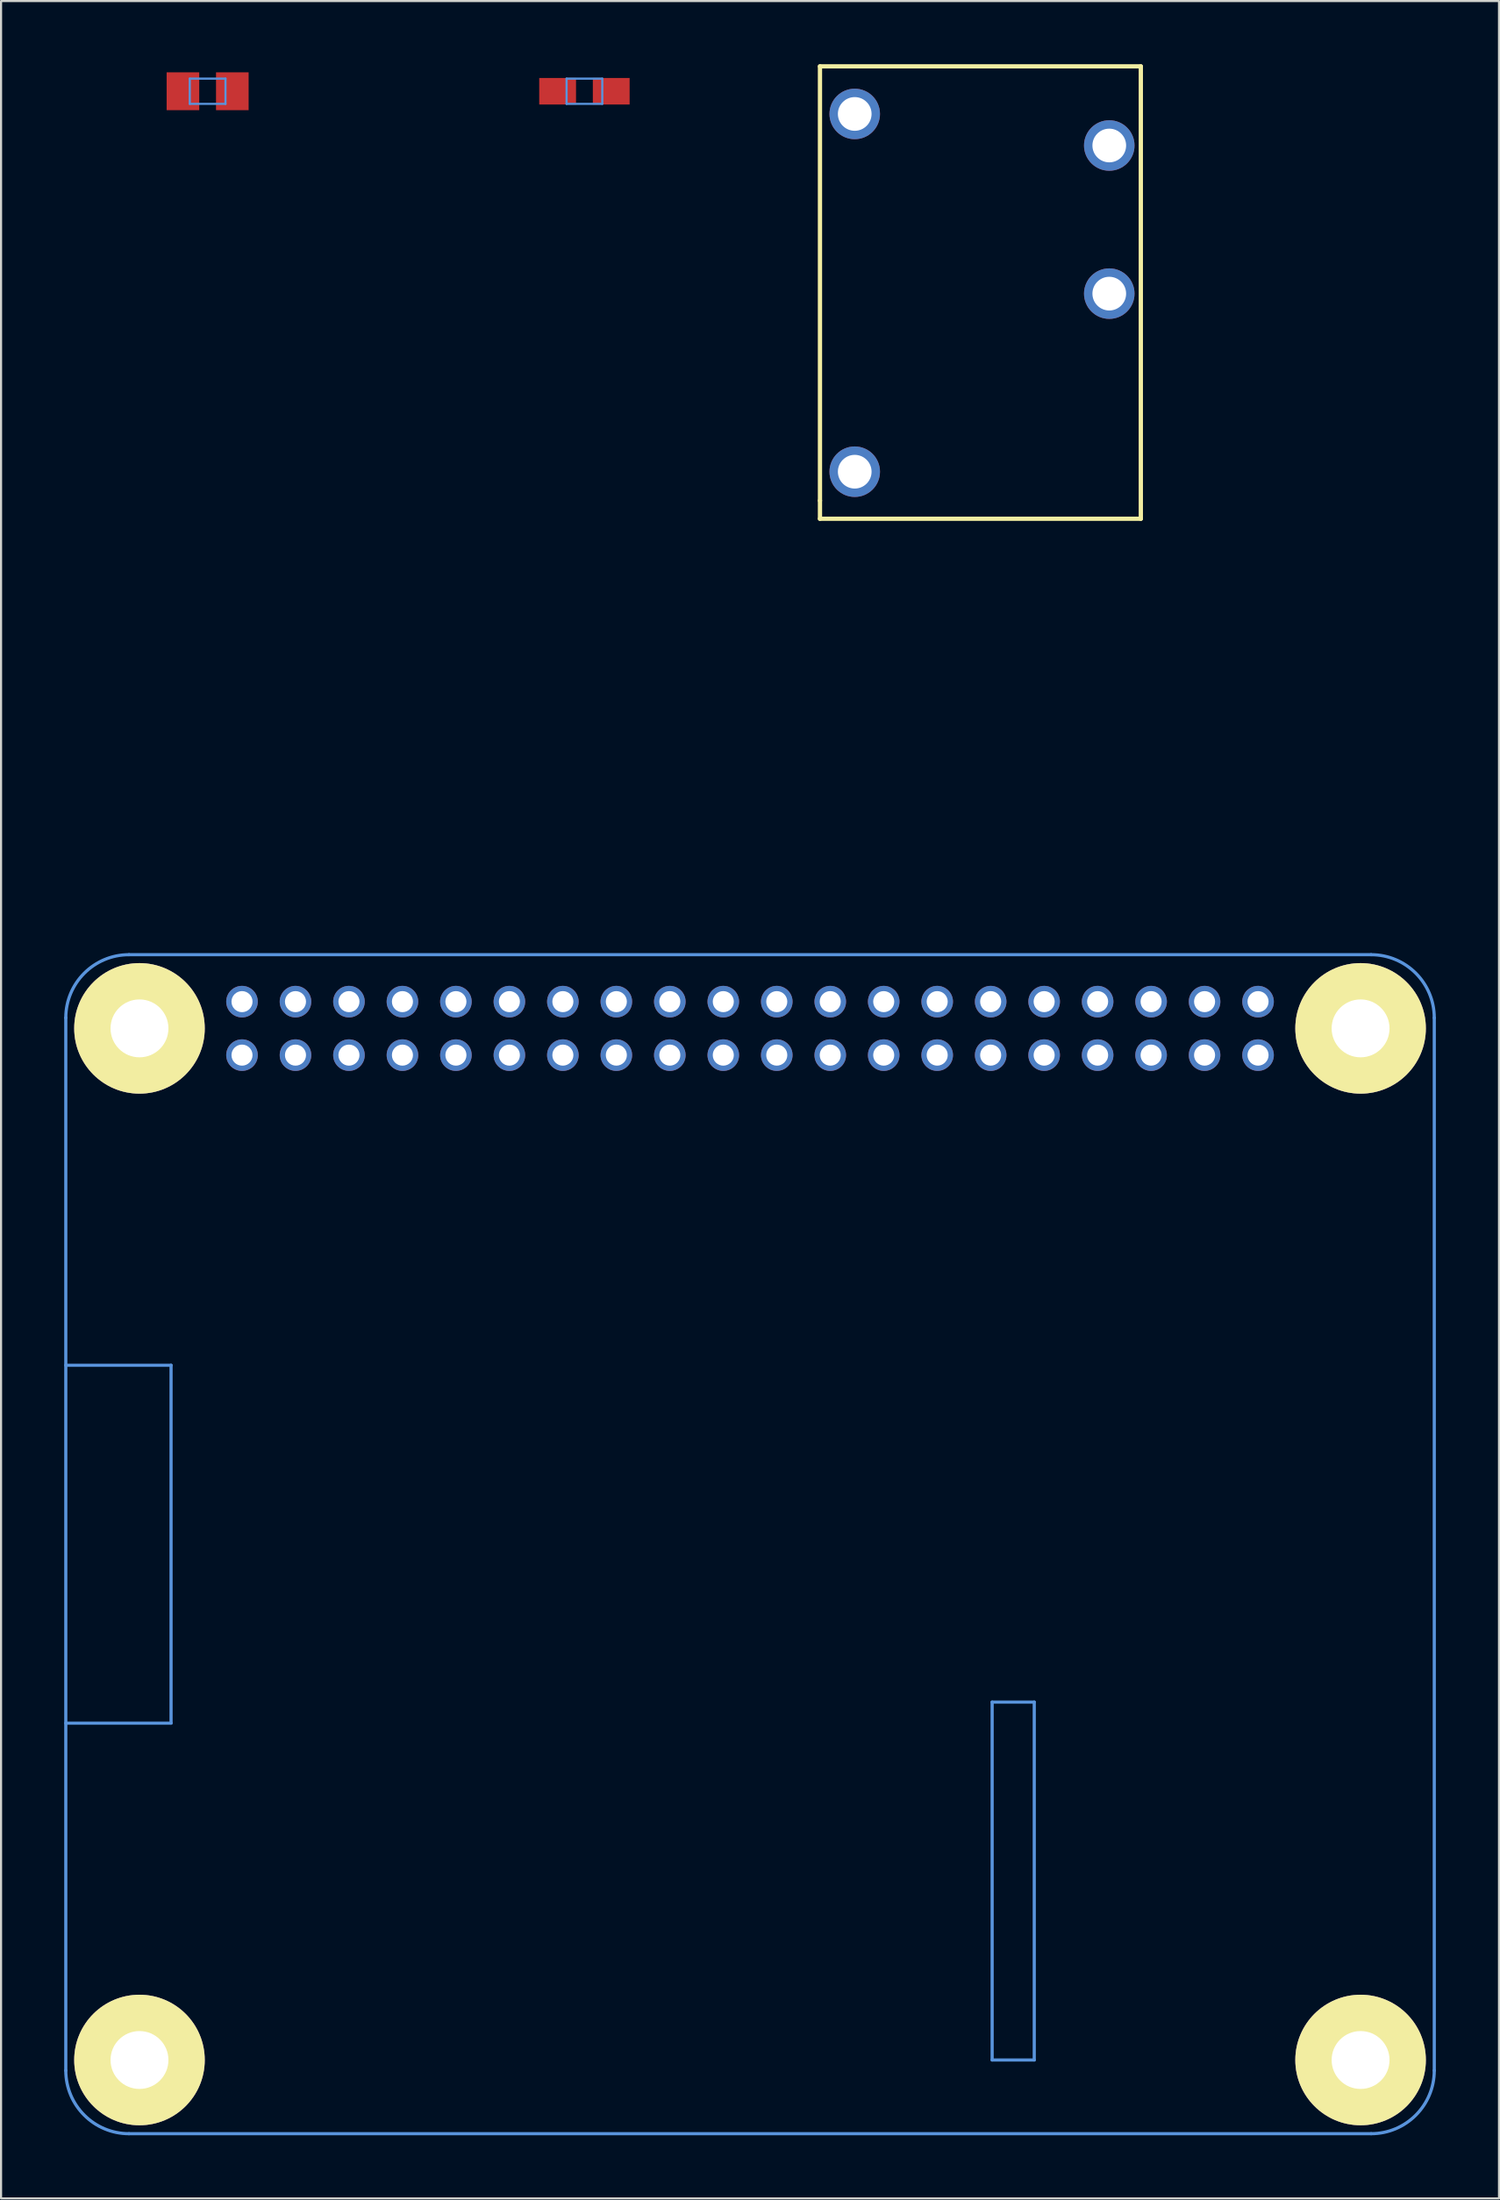
<source format=kicad_pcb>
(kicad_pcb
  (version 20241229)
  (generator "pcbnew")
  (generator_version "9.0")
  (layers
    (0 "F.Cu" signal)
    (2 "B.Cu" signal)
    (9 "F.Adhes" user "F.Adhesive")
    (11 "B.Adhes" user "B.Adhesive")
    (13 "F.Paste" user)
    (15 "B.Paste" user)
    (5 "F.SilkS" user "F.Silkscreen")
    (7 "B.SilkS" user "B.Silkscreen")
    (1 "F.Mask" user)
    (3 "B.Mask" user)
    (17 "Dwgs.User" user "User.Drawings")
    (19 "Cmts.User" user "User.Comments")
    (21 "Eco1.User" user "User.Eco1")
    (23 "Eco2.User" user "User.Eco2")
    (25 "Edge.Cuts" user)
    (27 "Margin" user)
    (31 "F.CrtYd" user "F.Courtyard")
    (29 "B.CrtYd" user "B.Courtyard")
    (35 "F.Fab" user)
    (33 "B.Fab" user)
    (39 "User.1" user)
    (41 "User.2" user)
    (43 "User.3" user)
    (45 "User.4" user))
  (footprint "RASPBERRY_PI_HAT"
    (layer "F.Cu")
    (at 32.575 45.796)
    (property "Reference" "RASPBERRY_PI_HAT" (at -3.75 -12 90) (layer "Eco1.User") (effects (font (size 1.27 1.27) (thickness 0.127))))
    (attr through_hole)
    (fp_line (start -32.5 33) (end -27.5 33) (stroke (width 0.15) (type solid)) (layer "Cmts.User"))
    (fp_line (start -32.5 49.5) (end -32.5 -0.5) (stroke (width 0.15) (type solid)) (layer "Cmts.User"))
    (fp_line (start -27.5 16) (end -32.5 16) (stroke (width 0.15) (type solid)) (layer "Cmts.User"))
    (fp_line (start -27.5 33) (end -27.5 16) (stroke (width 0.15) (type solid)) (layer "Cmts.User"))
    (fp_line (start 11.5 32) (end 11.5 49) (stroke (width 0.15) (type solid)) (layer "Cmts.User"))
    (fp_line (start 11.5 49) (end 13.5 49) (stroke (width 0.15) (type solid)) (layer "Cmts.User"))
    (fp_line (start 13.5 32) (end 11.5 32) (stroke (width 0.15) (type solid)) (layer "Cmts.User"))
    (fp_line (start 13.5 49) (end 13.5 32) (stroke (width 0.15) (type solid)) (layer "Cmts.User"))
    (fp_line (start 29.5 -3.5) (end -29.5 -3.5) (stroke (width 0.15) (type solid)) (layer "Cmts.User"))
    (fp_line (start 29.5 52.5) (end -29.5 52.5) (stroke (width 0.15) (type solid)) (layer "Cmts.User"))
    (fp_line (start 32.5 -0.5) (end 32.5 49.5) (stroke (width 0.15) (type solid)) (layer "Cmts.User"))
    (fp_arc (start -32.5 -0.5) (mid -31.62132 -2.62132) (end -29.5 -3.5) (stroke (width 0.15) (type solid)) (layer "Cmts.User"))
    (fp_arc (start -29.5 52.5) (mid -31.62132 51.62132) (end -32.5 49.5) (stroke (width 0.15) (type solid)) (layer "Cmts.User"))
    (fp_arc (start 29.5 -3.5) (mid 31.62132 -2.62132) (end 32.5 -0.5) (stroke (width 0.15) (type solid)) (layer "Cmts.User"))
    (fp_arc (start 32.5 49.5) (mid 31.62132 51.62132) (end 29.5 52.5) (stroke (width 0.15) (type solid)) (layer "Cmts.User"))
    (fp_text user "1" (at -24.13 3.81 0) (layer "Eco1.User") (effects (font (size 1.016 1.016) (thickness 0.163))))
    (pad "" np_thru_hole circle (at -29 0) (size 6.2 6.2) (drill 2.75) (layers "*.Cu" "*.Mask" "F.SilkS"))
    (pad "" np_thru_hole circle (at -29 49) (size 6.2 6.2) (drill 2.75) (layers "*.Cu" "*.Mask" "F.SilkS"))
    (pad "" np_thru_hole circle (at 29 0) (size 6.2 6.2) (drill 2.75) (layers "*.Cu" "*.Mask" "F.SilkS"))
    (pad "" np_thru_hole circle (at 29 49) (size 6.2 6.2) (drill 2.75) (layers "*.Cu" "*.Mask" "F.SilkS"))
    (pad "1" thru_hole oval (at -24.13 1.27) (size 1.5 1.5) (drill 1) (layers "*.Cu" "*.Mask"))
    (pad "2" thru_hole oval (at -24.13 -1.27) (size 1.5 1.5) (drill 1) (layers "*.Cu" "*.Mask"))
    (pad "3" thru_hole oval (at -21.59 1.27) (size 1.5 1.5) (drill 1) (layers "*.Cu" "*.Mask"))
    (pad "4" thru_hole oval (at -21.59 -1.27) (size 1.5 1.5) (drill 1) (layers "*.Cu" "*.Mask"))
    (pad "5" thru_hole oval (at -19.05 1.27) (size 1.5 1.5) (drill 1) (layers "*.Cu" "*.Mask"))
    (pad "6" thru_hole oval (at -19.05 -1.27) (size 1.5 1.5) (drill 1) (layers "*.Cu" "*.Mask"))
    (pad "7" thru_hole oval (at -16.51 1.27) (size 1.5 1.5) (drill 1) (layers "*.Cu" "*.Mask"))
    (pad "8" thru_hole oval (at -16.51 -1.27) (size 1.5 1.5) (drill 1) (layers "*.Cu" "*.Mask"))
    (pad "9" thru_hole oval (at -13.97 1.27) (size 1.5 1.5) (drill 1) (layers "*.Cu" "*.Mask"))
    (pad "10" thru_hole oval (at -13.97 -1.27) (size 1.5 1.5) (drill 1) (layers "*.Cu" "*.Mask"))
    (pad "11" thru_hole oval (at -11.43 1.27) (size 1.5 1.5) (drill 1) (layers "*.Cu" "*.Mask"))
    (pad "12" thru_hole oval (at -11.43 -1.27) (size 1.5 1.5) (drill 1) (layers "*.Cu" "*.Mask"))
    (pad "13" thru_hole oval (at -8.89 1.27) (size 1.5 1.5) (drill 1) (layers "*.Cu" "*.Mask"))
    (pad "14" thru_hole oval (at -8.89 -1.27) (size 1.5 1.5) (drill 1) (layers "*.Cu" "*.Mask"))
    (pad "15" thru_hole oval (at -6.35 1.27) (size 1.5 1.5) (drill 1) (layers "*.Cu" "*.Mask"))
    (pad "16" thru_hole oval (at -6.35 -1.27) (size 1.5 1.5) (drill 1) (layers "*.Cu" "*.Mask"))
    (pad "17" thru_hole oval (at -3.81 1.27) (size 1.5 1.5) (drill 1) (layers "*.Cu" "*.Mask"))
    (pad "18" thru_hole oval (at -3.81 -1.27) (size 1.5 1.5) (drill 1) (layers "*.Cu" "*.Mask"))
    (pad "19" thru_hole oval (at -1.27 1.27) (size 1.5 1.5) (drill 1) (layers "*.Cu" "*.Mask"))
    (pad "20" thru_hole oval (at -1.27 -1.27) (size 1.5 1.5) (drill 1) (layers "*.Cu" "*.Mask"))
    (pad "21" thru_hole oval (at 1.27 1.27) (size 1.5 1.5) (drill 1) (layers "*.Cu" "*.Mask"))
    (pad "22" thru_hole oval (at 1.27 -1.27) (size 1.5 1.5) (drill 1) (layers "*.Cu" "*.Mask"))
    (pad "23" thru_hole oval (at 3.81 1.27) (size 1.5 1.5) (drill 1) (layers "*.Cu" "*.Mask"))
    (pad "24" thru_hole oval (at 3.81 -1.27) (size 1.5 1.5) (drill 1) (layers "*.Cu" "*.Mask"))
    (pad "25" thru_hole oval (at 6.35 1.27) (size 1.5 1.5) (drill 1) (layers "*.Cu" "*.Mask"))
    (pad "26" thru_hole oval (at 6.35 -1.27) (size 1.5 1.5) (drill 1) (layers "*.Cu" "*.Mask"))
    (pad "27" thru_hole oval (at 8.89 1.27) (size 1.5 1.5) (drill 1) (layers "*.Cu" "*.Mask"))
    (pad "28" thru_hole oval (at 8.89 -1.27) (size 1.5 1.5) (drill 1) (layers "*.Cu" "*.Mask"))
    (pad "29" thru_hole oval (at 11.43 1.27) (size 1.5 1.5) (drill 1) (layers "*.Cu" "*.Mask"))
    (pad "30" thru_hole oval (at 11.43 -1.27) (size 1.5 1.5) (drill 1) (layers "*.Cu" "*.Mask"))
    (pad "31" thru_hole oval (at 13.97 1.27) (size 1.5 1.5) (drill 1) (layers "*.Cu" "*.Mask"))
    (pad "32" thru_hole oval (at 13.97 -1.27) (size 1.5 1.5) (drill 1) (layers "*.Cu" "*.Mask"))
    (pad "33" thru_hole oval (at 16.51 1.27) (size 1.5 1.5) (drill 1) (layers "*.Cu" "*.Mask"))
    (pad "34" thru_hole oval (at 16.51 -1.27) (size 1.5 1.5) (drill 1) (layers "*.Cu" "*.Mask"))
    (pad "35" thru_hole oval (at 19.05 1.27) (size 1.5 1.5) (drill 1) (layers "*.Cu" "*.Mask"))
    (pad "36" thru_hole oval (at 19.05 -1.27) (size 1.5 1.5) (drill 1) (layers "*.Cu" "*.Mask"))
    (pad "37" thru_hole oval (at 21.59 1.27) (size 1.5 1.5) (drill 1) (layers "*.Cu" "*.Mask"))
    (pad "38" thru_hole oval (at 21.59 -1.27) (size 1.5 1.5) (drill 1) (layers "*.Cu" "*.Mask"))
    (pad "39" thru_hole oval (at 24.13 1.27) (size 1.5 1.5) (drill 1) (layers "*.Cu" "*.Mask"))
    (pad "40" thru_hole oval (at 24.13 -1.27) (size 1.5 1.5) (drill 1) (layers "*.Cu" "*.Mask")))
  (footprint "R%2f2012-12W"
    (layer "F.Cu")
    (at 24.709 1.284)
    (property "Reference" "R%2f2012-12W" (at 0.592 -0.363 0) (layer "Eco1.User") (effects (font (size 1.27 1.27) (thickness 0.102))))
    (attr through_hole)
    (fp_line (start -0.848 -0.599) (end 0.848 -0.599) (stroke (width 0.102) (type solid)) (layer "Cmts.User"))
    (fp_line (start -0.848 0.599) (end -0.848 -0.599) (stroke (width 0.102) (type solid)) (layer "Cmts.User"))
    (fp_line (start 0.848 -0.599) (end 0.848 0.599) (stroke (width 0.102) (type solid)) (layer "Cmts.User"))
    (fp_line (start 0.848 0.599) (end -0.848 0.599) (stroke (width 0.102) (type solid)) (layer "Cmts.User"))
    (pad "+" smd rect (at 1.273 0) (size 1.748 1.26) (layers "F.Cu" "F.Mask" "F.Paste"))
    (pad "-" smd rect (at -1.273 0) (size 1.748 1.26) (layers "F.Cu" "F.Mask" "F.Paste")))
  (footprint "R_SW_TH"
    (layer "F.Cu")
    (at 37.548 19.355)
    (property "Reference" "R_SW_TH" (at 0 0 0) (layer "Cmts.User") (effects (font (size 0.001 0.001) (thickness 0.000001))))
    (attr through_hole)
    (fp_line (start -1.651 -19.253) (end -1.651 1.372) (stroke (width 0.203) (type solid)) (layer "F.SilkS"))
    (fp_line (start -1.651 -19.253) (end 13.589 -19.253) (stroke (width 0.203) (type solid)) (layer "F.SilkS"))
    (fp_line (start -1.651 1.372) (end -1.651 2.235) (stroke (width 0.203) (type solid)) (layer "F.SilkS"))
    (fp_line (start 13.589 -19.253) (end 13.589 2.235) (stroke (width 0.203) (type solid)) (layer "F.SilkS"))
    (fp_line (start 13.589 2.235) (end -1.651 2.235) (stroke (width 0.203) (type solid)) (layer "F.SilkS"))
    (pad "P$1" thru_hole oval (at 0 0) (size 2.4 2.4) (drill 1.6) (layers "*.Cu" "*.Mask"))
    (pad "P$2" thru_hole oval (at 0 -16.993) (size 2.4 2.4) (drill 1.6) (layers "*.Cu" "*.Mask"))
    (pad "P$3" thru_hole oval (at 12.09 -15.494) (size 2.4 2.4) (drill 1.6) (layers "*.Cu" "*.Mask"))
    (pad "P$4" thru_hole oval (at 12.09 -8.458) (size 2.4 2.4) (drill 1.6) (layers "*.Cu" "*.Mask")))
  (footprint "R%2f2012-12R"
    (layer "F.Cu")
    (at 6.812 1.284)
    (property "Reference" "R%2f2012-12R" (at 0.592 -0.363 0) (layer "Eco1.User") (effects (font (size 1.27 1.27) (thickness 0.102))))
    (attr through_hole)
    (fp_line (start -0.848 -0.599) (end 0.848 -0.599) (stroke (width 0.102) (type solid)) (layer "Cmts.User"))
    (fp_line (start -0.848 0.599) (end -0.848 -0.599) (stroke (width 0.102) (type solid)) (layer "Cmts.User"))
    (fp_line (start 0.848 -0.599) (end 0.848 0.599) (stroke (width 0.102) (type solid)) (layer "Cmts.User"))
    (fp_line (start 0.848 0.599) (end -0.848 0.599) (stroke (width 0.102) (type solid)) (layer "Cmts.User"))
    (pad "+" smd rect (at 1.173 0) (size 1.549 1.798) (layers "F.Cu" "F.Mask" "F.Paste"))
    (pad "-" smd rect (at -1.173 0) (size 1.549 1.798) (layers "F.Cu" "F.Mask" "F.Paste")))
  (gr_rect
    (start -3 -3)
    (end 68.15 101.371)
    (stroke (width 0.1) (type default))
    (fill no)
    (layer "Edge.Cuts")))
</source>
